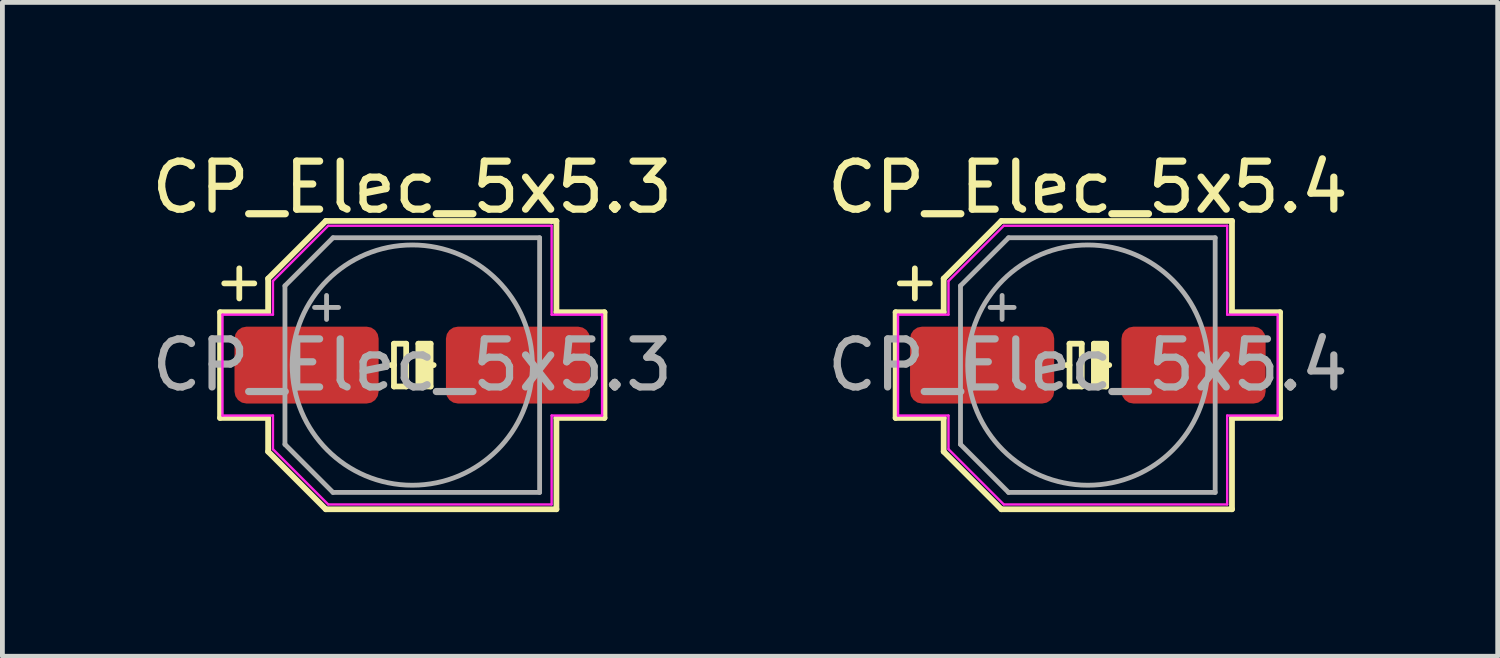
<source format=kicad_pcb>
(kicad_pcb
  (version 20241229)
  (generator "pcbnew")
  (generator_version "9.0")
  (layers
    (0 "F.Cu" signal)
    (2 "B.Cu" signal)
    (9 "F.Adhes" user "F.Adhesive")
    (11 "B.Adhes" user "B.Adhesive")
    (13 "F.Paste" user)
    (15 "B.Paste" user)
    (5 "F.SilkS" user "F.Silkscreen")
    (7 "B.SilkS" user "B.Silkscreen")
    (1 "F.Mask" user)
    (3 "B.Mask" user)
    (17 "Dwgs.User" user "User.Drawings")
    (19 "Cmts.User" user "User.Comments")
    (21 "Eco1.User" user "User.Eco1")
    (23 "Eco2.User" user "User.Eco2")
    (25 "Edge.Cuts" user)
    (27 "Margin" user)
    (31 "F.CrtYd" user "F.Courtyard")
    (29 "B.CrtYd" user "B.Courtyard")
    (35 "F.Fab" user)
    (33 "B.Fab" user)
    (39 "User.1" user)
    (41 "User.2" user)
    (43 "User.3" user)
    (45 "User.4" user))
  (footprint "CP_Elec_5x5.3"
    (layer "F.Cu")
    (at 5.53 4.548)
    (property "Reference" "CP_Elec_5x5.3" (at 0 -3.7 0) (layer "F.SilkS") (effects (font (size 1 1) (thickness 0.15))))
    (attr smd)
    (fp_line (start -4 -1.1) (end -3 -1.1) (stroke (width 0.12) (type solid)) (layer "F.SilkS"))
    (fp_line (start -4 1.1) (end -4 -1.1) (stroke (width 0.12) (type solid)) (layer "F.SilkS"))
    (fp_line (start -3.913 -1.7) (end -3.288 -1.7) (stroke (width 0.12) (type solid)) (layer "F.SilkS"))
    (fp_line (start -3.6 -2.013) (end -3.6 -1.387) (stroke (width 0.12) (type solid)) (layer "F.SilkS"))
    (fp_line (start -3 -1.8) (end -1.8 -3) (stroke (width 0.12) (type solid)) (layer "F.SilkS"))
    (fp_line (start -3 -1.1) (end -3 -1.8) (stroke (width 0.12) (type solid)) (layer "F.SilkS"))
    (fp_line (start -3 1.1) (end -4 1.1) (stroke (width 0.12) (type solid)) (layer "F.SilkS"))
    (fp_line (start -3 1.8) (end -3 1.1) (stroke (width 0.12) (type solid)) (layer "F.SilkS"))
    (fp_line (start -1.8 -3) (end 2.9 -3) (stroke (width 0.12) (type solid)) (layer "F.SilkS"))
    (fp_line (start -1.8 3) (end -3 1.8) (stroke (width 0.12) (type solid)) (layer "F.SilkS"))
    (fp_line (start -0.381 0) (end -0.445 0) (stroke (width 0.12) (type solid)) (layer "F.SilkS"))
    (fp_line (start -0.381 0.445) (end -0.381 -0.445) (stroke (width 0.12) (type solid)) (layer "F.SilkS"))
    (fp_line (start -0.381 0.445) (end -0.127 0.445) (stroke (width 0.12) (type solid)) (layer "F.SilkS"))
    (fp_line (start -0.127 -0.445) (end -0.381 -0.445) (stroke (width 0.12) (type solid)) (layer "F.SilkS"))
    (fp_line (start -0.127 -0.445) (end -0.127 0.445) (stroke (width 0.12) (type solid)) (layer "F.SilkS"))
    (fp_line (start 0.127 -0.445) (end 0.127 -0.191) (stroke (width 0.12) (type solid)) (layer "F.SilkS"))
    (fp_line (start 0.127 -0.445) (end 0.381 -0.445) (stroke (width 0.12) (type solid)) (layer "F.SilkS"))
    (fp_line (start 0.127 -0.191) (end 0.127 0.445) (stroke (width 0.12) (type solid)) (layer "F.SilkS"))
    (fp_line (start 0.381 0) (end 0.445 0) (stroke (width 0.12) (type solid)) (layer "F.SilkS"))
    (fp_line (start 0.381 0.445) (end 0.127 0.445) (stroke (width 0.12) (type solid)) (layer "F.SilkS"))
    (fp_line (start 0.381 0.445) (end 0.381 -0.445) (stroke (width 0.12) (type solid)) (layer "F.SilkS"))
    (fp_line (start 2.9 -3) (end 3 -3) (stroke (width 0.12) (type solid)) (layer "F.SilkS"))
    (fp_line (start 3 -3) (end 3 -1.1) (stroke (width 0.12) (type solid)) (layer "F.SilkS"))
    (fp_line (start 3 -1.1) (end 4 -1.1) (stroke (width 0.12) (type solid)) (layer "F.SilkS"))
    (fp_line (start 3 1.1) (end 3 3) (stroke (width 0.12) (type solid)) (layer "F.SilkS"))
    (fp_line (start 3 3) (end -1.8 3) (stroke (width 0.12) (type solid)) (layer "F.SilkS"))
    (fp_line (start 4 -1.1) (end 4 1.1) (stroke (width 0.12) (type solid)) (layer "F.SilkS"))
    (fp_line (start 4 1.1) (end 3 1.1) (stroke (width 0.12) (type solid)) (layer "F.SilkS"))
    (fp_poly (pts (xy 0.381 0.445) (xy 0.127 0.445) (xy 0.127 -0.445) (xy 0.381 -0.445)) (stroke (width 0.1) (type solid)) (fill yes) (layer "F.SilkS"))
    (fp_line (start -3.95 -1.05) (end -3.95 1.05) (stroke (width 0.05) (type solid)) (layer "F.CrtYd"))
    (fp_line (start -3.95 1.05) (end -2.9 1.05) (stroke (width 0.05) (type solid)) (layer "F.CrtYd"))
    (fp_line (start -2.9 -1.75) (end -2.9 -1.05) (stroke (width 0.05) (type solid)) (layer "F.CrtYd"))
    (fp_line (start -2.9 -1.75) (end -1.75 -2.9) (stroke (width 0.05) (type solid)) (layer "F.CrtYd"))
    (fp_line (start -2.9 -1.05) (end -3.95 -1.05) (stroke (width 0.05) (type solid)) (layer "F.CrtYd"))
    (fp_line (start -2.9 1.05) (end -2.9 1.75) (stroke (width 0.05) (type solid)) (layer "F.CrtYd"))
    (fp_line (start -2.9 1.75) (end -1.75 2.9) (stroke (width 0.05) (type solid)) (layer "F.CrtYd"))
    (fp_line (start -1.75 -2.9) (end 2.9 -2.9) (stroke (width 0.05) (type solid)) (layer "F.CrtYd"))
    (fp_line (start -1.75 2.9) (end 2.9 2.9) (stroke (width 0.05) (type solid)) (layer "F.CrtYd"))
    (fp_line (start 2.9 -2.9) (end 2.9 -1.05) (stroke (width 0.05) (type solid)) (layer "F.CrtYd"))
    (fp_line (start 2.9 -1.05) (end 3.95 -1.05) (stroke (width 0.05) (type solid)) (layer "F.CrtYd"))
    (fp_line (start 2.9 1.05) (end 2.9 2.9) (stroke (width 0.05) (type solid)) (layer "F.CrtYd"))
    (fp_line (start 3.95 -1.05) (end 3.95 1.05) (stroke (width 0.05) (type solid)) (layer "F.CrtYd"))
    (fp_line (start 3.95 1.05) (end 2.9 1.05) (stroke (width 0.05) (type solid)) (layer "F.CrtYd"))
    (fp_line (start -2.65 -1.65) (end -2.65 1.65) (stroke (width 0.1) (type solid)) (layer "F.Fab"))
    (fp_line (start -2.65 -1.65) (end -1.65 -2.65) (stroke (width 0.1) (type solid)) (layer "F.Fab"))
    (fp_line (start -2.65 1.65) (end -1.65 2.65) (stroke (width 0.1) (type solid)) (layer "F.Fab"))
    (fp_line (start -2.034 -1.2) (end -1.534 -1.2) (stroke (width 0.1) (type solid)) (layer "F.Fab"))
    (fp_line (start -1.784 -1.45) (end -1.784 -0.95) (stroke (width 0.1) (type solid)) (layer "F.Fab"))
    (fp_line (start -1.65 -2.65) (end 2.65 -2.65) (stroke (width 0.1) (type solid)) (layer "F.Fab"))
    (fp_line (start -1.65 2.65) (end 2.65 2.65) (stroke (width 0.1) (type solid)) (layer "F.Fab"))
    (fp_line (start 2.65 -2.65) (end 2.65 2.65) (stroke (width 0.1) (type solid)) (layer "F.Fab"))
    (fp_circle (center 0 0) (end 2.5 0) (stroke (width 0.1) (type solid)) (fill no) (layer "F.Fab"))
    (fp_text user "${REFERENCE}" (at 0 0 0) (layer "F.Fab") (effects (font (size 1 1) (thickness 0.15))))
    (pad "1" smd roundrect (at -2.2 0) (size 3 1.6) (layers "F.Cu" "F.Mask" "F.Paste") (roundrect_rratio 0.156))
    (pad "2" smd roundrect (at 2.2 0) (size 3 1.6) (layers "F.Cu" "F.Mask" "F.Paste") (roundrect_rratio 0.156)))
  (footprint "CP_Elec_5x5.4"
    (layer "F.Cu")
    (at 19.589 4.548)
    (property "Reference" "CP_Elec_5x5.4" (at 0 -3.7 0) (layer "F.SilkS") (effects (font (size 1 1) (thickness 0.15))))
    (attr smd)
    (fp_line (start -4 -1.1) (end -4 1.1) (stroke (width 0.12) (type solid)) (layer "F.SilkS"))
    (fp_line (start -4 1.1) (end -3 1.1) (stroke (width 0.12) (type solid)) (layer "F.SilkS"))
    (fp_line (start -3.913 -1.7) (end -3.288 -1.7) (stroke (width 0.12) (type solid)) (layer "F.SilkS"))
    (fp_line (start -3.6 -2.013) (end -3.6 -1.387) (stroke (width 0.12) (type solid)) (layer "F.SilkS"))
    (fp_line (start -3 -1.8) (end -3 -1.1) (stroke (width 0.12) (type solid)) (layer "F.SilkS"))
    (fp_line (start -3 -1.1) (end -4 -1.1) (stroke (width 0.12) (type solid)) (layer "F.SilkS"))
    (fp_line (start -3 1.1) (end -3 1.8) (stroke (width 0.12) (type solid)) (layer "F.SilkS"))
    (fp_line (start -3 1.8) (end -1.8 3) (stroke (width 0.12) (type solid)) (layer "F.SilkS"))
    (fp_line (start -1.8 -3) (end -3 -1.8) (stroke (width 0.12) (type solid)) (layer "F.SilkS"))
    (fp_line (start -1.8 3) (end 3 3) (stroke (width 0.12) (type solid)) (layer "F.SilkS"))
    (fp_line (start -0.381 0) (end -0.445 0) (stroke (width 0.12) (type solid)) (layer "F.SilkS"))
    (fp_line (start -0.381 0.445) (end -0.381 -0.445) (stroke (width 0.12) (type solid)) (layer "F.SilkS"))
    (fp_line (start -0.381 0.445) (end -0.127 0.445) (stroke (width 0.12) (type solid)) (layer "F.SilkS"))
    (fp_line (start -0.127 -0.445) (end -0.381 -0.445) (stroke (width 0.12) (type solid)) (layer "F.SilkS"))
    (fp_line (start -0.127 -0.445) (end -0.127 0.445) (stroke (width 0.12) (type solid)) (layer "F.SilkS"))
    (fp_line (start 0.127 -0.445) (end 0.127 -0.191) (stroke (width 0.12) (type solid)) (layer "F.SilkS"))
    (fp_line (start 0.127 -0.445) (end 0.381 -0.445) (stroke (width 0.12) (type solid)) (layer "F.SilkS"))
    (fp_line (start 0.127 -0.191) (end 0.127 0.445) (stroke (width 0.12) (type solid)) (layer "F.SilkS"))
    (fp_line (start 0.381 0) (end 0.445 0) (stroke (width 0.12) (type solid)) (layer "F.SilkS"))
    (fp_line (start 0.381 0.445) (end 0.127 0.445) (stroke (width 0.12) (type solid)) (layer "F.SilkS"))
    (fp_line (start 0.381 0.445) (end 0.381 -0.445) (stroke (width 0.12) (type solid)) (layer "F.SilkS"))
    (fp_line (start 3 -3) (end -1.8 -3) (stroke (width 0.12) (type solid)) (layer "F.SilkS"))
    (fp_line (start 3 -1.1) (end 3 -3) (stroke (width 0.12) (type solid)) (layer "F.SilkS"))
    (fp_line (start 3 1.1) (end 4 1.1) (stroke (width 0.12) (type solid)) (layer "F.SilkS"))
    (fp_line (start 3 3) (end 3 1.1) (stroke (width 0.12) (type solid)) (layer "F.SilkS"))
    (fp_line (start 4 -1.1) (end 3 -1.1) (stroke (width 0.12) (type solid)) (layer "F.SilkS"))
    (fp_line (start 4 1.1) (end 4 -1.1) (stroke (width 0.12) (type solid)) (layer "F.SilkS"))
    (fp_poly (pts (xy 0.381 0.445) (xy 0.127 0.445) (xy 0.127 -0.445) (xy 0.381 -0.445)) (stroke (width 0.1) (type solid)) (fill yes) (layer "F.SilkS"))
    (fp_line (start -3.95 -1.05) (end -3.95 1.05) (stroke (width 0.05) (type solid)) (layer "F.CrtYd"))
    (fp_line (start -3.95 1.05) (end -2.9 1.05) (stroke (width 0.05) (type solid)) (layer "F.CrtYd"))
    (fp_line (start -2.9 -1.75) (end -2.9 -1.05) (stroke (width 0.05) (type solid)) (layer "F.CrtYd"))
    (fp_line (start -2.9 -1.75) (end -1.75 -2.9) (stroke (width 0.05) (type solid)) (layer "F.CrtYd"))
    (fp_line (start -2.9 -1.05) (end -3.95 -1.05) (stroke (width 0.05) (type solid)) (layer "F.CrtYd"))
    (fp_line (start -2.9 1.05) (end -2.9 1.75) (stroke (width 0.05) (type solid)) (layer "F.CrtYd"))
    (fp_line (start -2.9 1.75) (end -1.75 2.9) (stroke (width 0.05) (type solid)) (layer "F.CrtYd"))
    (fp_line (start -1.75 -2.9) (end 2.9 -2.9) (stroke (width 0.05) (type solid)) (layer "F.CrtYd"))
    (fp_line (start -1.75 2.9) (end 2.9 2.9) (stroke (width 0.05) (type solid)) (layer "F.CrtYd"))
    (fp_line (start 2.9 -2.9) (end 2.9 -1.05) (stroke (width 0.05) (type solid)) (layer "F.CrtYd"))
    (fp_line (start 2.9 -1.05) (end 3.95 -1.05) (stroke (width 0.05) (type solid)) (layer "F.CrtYd"))
    (fp_line (start 2.9 1.05) (end 2.9 2.9) (stroke (width 0.05) (type solid)) (layer "F.CrtYd"))
    (fp_line (start 3.95 -1.05) (end 3.95 1.05) (stroke (width 0.05) (type solid)) (layer "F.CrtYd"))
    (fp_line (start 3.95 1.05) (end 2.9 1.05) (stroke (width 0.05) (type solid)) (layer "F.CrtYd"))
    (fp_line (start -2.65 -1.65) (end -2.65 1.65) (stroke (width 0.1) (type solid)) (layer "F.Fab"))
    (fp_line (start -2.65 -1.65) (end -1.65 -2.65) (stroke (width 0.1) (type solid)) (layer "F.Fab"))
    (fp_line (start -2.65 1.65) (end -1.65 2.65) (stroke (width 0.1) (type solid)) (layer "F.Fab"))
    (fp_line (start -2.034 -1.2) (end -1.534 -1.2) (stroke (width 0.1) (type solid)) (layer "F.Fab"))
    (fp_line (start -1.784 -1.45) (end -1.784 -0.95) (stroke (width 0.1) (type solid)) (layer "F.Fab"))
    (fp_line (start -1.65 -2.65) (end 2.65 -2.65) (stroke (width 0.1) (type solid)) (layer "F.Fab"))
    (fp_line (start -1.65 2.65) (end 2.65 2.65) (stroke (width 0.1) (type solid)) (layer "F.Fab"))
    (fp_line (start 2.65 -2.65) (end 2.65 2.65) (stroke (width 0.1) (type solid)) (layer "F.Fab"))
    (fp_circle (center 0 0) (end 2.5 0) (stroke (width 0.1) (type solid)) (fill no) (layer "F.Fab"))
    (fp_text user "${REFERENCE}" (at 0 0 0) (layer "F.Fab") (effects (font (size 1 1) (thickness 0.15))))
    (pad "1" smd roundrect (at -2.2 0) (size 3 1.6) (layers "F.Cu" "F.Mask" "F.Paste") (roundrect_rratio 0.156))
    (pad "2" smd roundrect (at 2.2 0) (size 3 1.6) (layers "F.Cu" "F.Mask" "F.Paste") (roundrect_rratio 0.156)))
  (gr_rect
    (start -3 -3)
    (end 28.119 10.608)
    (stroke (width 0.1) (type default))
    (fill no)
    (layer "Edge.Cuts")))
</source>
